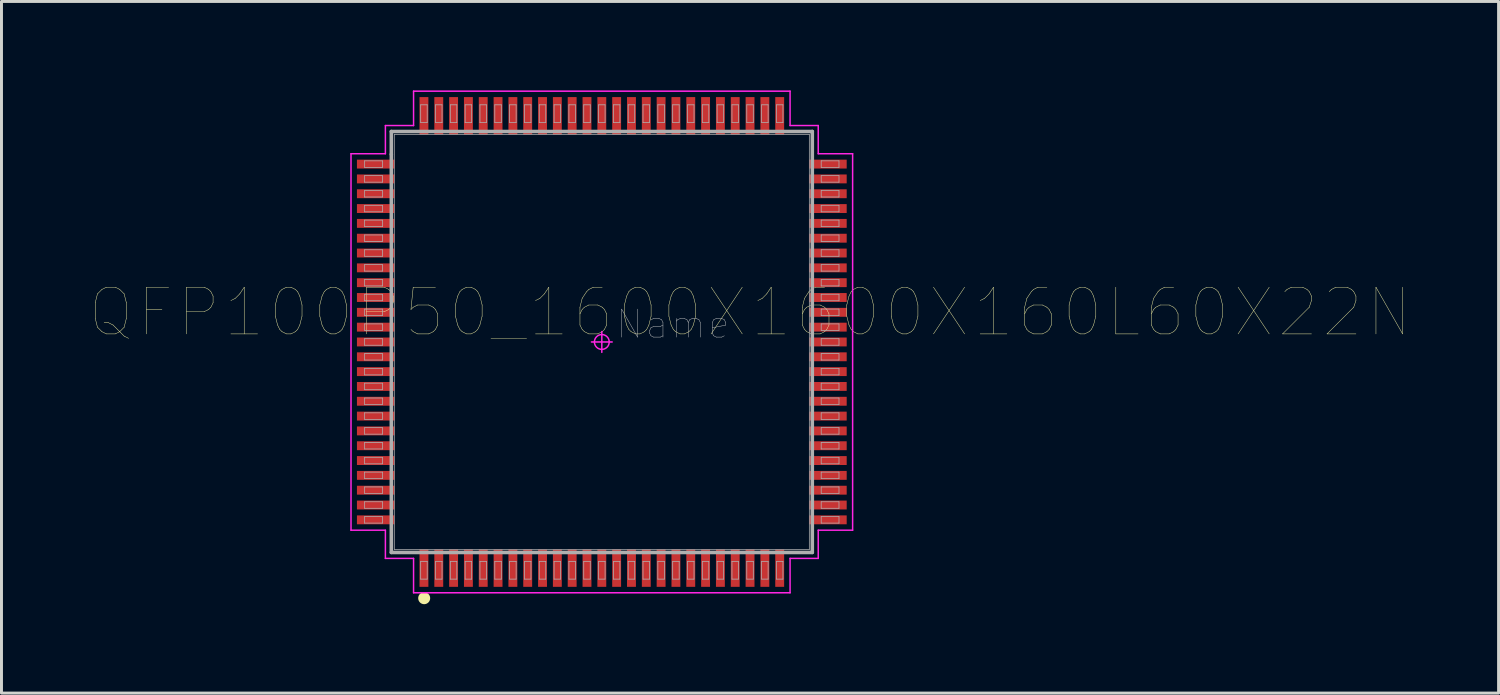
<source format=kicad_pcb>
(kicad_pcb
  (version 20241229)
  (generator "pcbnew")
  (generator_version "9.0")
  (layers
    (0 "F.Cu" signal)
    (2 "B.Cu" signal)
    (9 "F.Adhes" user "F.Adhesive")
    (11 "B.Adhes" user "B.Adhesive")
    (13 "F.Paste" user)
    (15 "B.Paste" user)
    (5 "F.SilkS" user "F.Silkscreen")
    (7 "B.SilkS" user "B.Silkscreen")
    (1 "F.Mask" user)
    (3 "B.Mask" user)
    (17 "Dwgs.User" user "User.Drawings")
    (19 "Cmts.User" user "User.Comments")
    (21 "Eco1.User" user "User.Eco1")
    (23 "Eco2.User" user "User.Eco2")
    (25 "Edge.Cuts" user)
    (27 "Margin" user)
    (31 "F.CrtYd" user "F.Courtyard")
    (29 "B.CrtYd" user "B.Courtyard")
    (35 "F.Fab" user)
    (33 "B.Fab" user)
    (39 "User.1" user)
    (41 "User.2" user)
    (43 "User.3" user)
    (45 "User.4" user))
  (footprint "QFP100P50_1600X1600X160L60X22N"
    (layer "F.Cu")
    (at 17.25 8.485)
    (property "Reference" "QFP100P50_1600X1600X160L60X22N" (at 5 -1 0) (layer "F.SilkS") (effects (font (size 1.575 1.575) (thickness 0.015))))
    (fp_circle (center -5.992 8.643) (end -5.79 8.643) (stroke (width 0) (type solid)) (fill yes) (layer "F.SilkS"))
    (fp_line (start -8.46 -6.35) (end -8.46 6.35) (stroke (width 0.05) (type solid)) (layer "F.CrtYd"))
    (fp_line (start -8.46 6.35) (end -7.3 6.35) (stroke (width 0.05) (type solid)) (layer "F.CrtYd"))
    (fp_line (start -7.3 -7.3) (end -7.3 -6.35) (stroke (width 0.05) (type solid)) (layer "F.CrtYd"))
    (fp_line (start -7.3 -6.35) (end -8.46 -6.35) (stroke (width 0.05) (type solid)) (layer "F.CrtYd"))
    (fp_line (start -7.3 6.35) (end -7.3 7.3) (stroke (width 0.05) (type solid)) (layer "F.CrtYd"))
    (fp_line (start -7.3 7.3) (end -6.35 7.3) (stroke (width 0.05) (type solid)) (layer "F.CrtYd"))
    (fp_line (start -6.35 -8.46) (end -6.35 -7.3) (stroke (width 0.05) (type solid)) (layer "F.CrtYd"))
    (fp_line (start -6.35 -7.3) (end -7.3 -7.3) (stroke (width 0.05) (type solid)) (layer "F.CrtYd"))
    (fp_line (start -6.35 7.3) (end -6.35 8.46) (stroke (width 0.05) (type solid)) (layer "F.CrtYd"))
    (fp_line (start -6.35 8.46) (end 6.35 8.46) (stroke (width 0.05) (type solid)) (layer "F.CrtYd"))
    (fp_line (start -0.35 0) (end 0.35 0) (stroke (width 0.05) (type solid)) (layer "F.CrtYd"))
    (fp_line (start 0 -0.35) (end 0 0.35) (stroke (width 0.05) (type solid)) (layer "F.CrtYd"))
    (fp_line (start 6.35 -8.46) (end -6.35 -8.46) (stroke (width 0.05) (type solid)) (layer "F.CrtYd"))
    (fp_line (start 6.35 -7.3) (end 6.35 -8.46) (stroke (width 0.05) (type solid)) (layer "F.CrtYd"))
    (fp_line (start 6.35 7.3) (end 7.3 7.3) (stroke (width 0.05) (type solid)) (layer "F.CrtYd"))
    (fp_line (start 6.35 8.46) (end 6.35 7.3) (stroke (width 0.05) (type solid)) (layer "F.CrtYd"))
    (fp_line (start 7.3 -7.3) (end 6.35 -7.3) (stroke (width 0.05) (type solid)) (layer "F.CrtYd"))
    (fp_line (start 7.3 -6.35) (end 7.3 -7.3) (stroke (width 0.05) (type solid)) (layer "F.CrtYd"))
    (fp_line (start 7.3 6.35) (end 8.46 6.35) (stroke (width 0.05) (type solid)) (layer "F.CrtYd"))
    (fp_line (start 7.3 7.3) (end 7.3 6.35) (stroke (width 0.05) (type solid)) (layer "F.CrtYd"))
    (fp_line (start 8.46 -6.35) (end 7.3 -6.35) (stroke (width 0.05) (type solid)) (layer "F.CrtYd"))
    (fp_line (start 8.46 6.35) (end 8.46 -6.35) (stroke (width 0.05) (type solid)) (layer "F.CrtYd"))
    (fp_circle (center 0 0) (end 0.25 0) (stroke (width 0.05) (type solid)) (fill no) (layer "F.CrtYd"))
    (fp_line (start -8 -6.11) (end -7.4 -6.11) (stroke (width 0.025) (type solid)) (layer "F.Fab"))
    (fp_line (start -8 -5.89) (end -8 -6.11) (stroke (width 0.025) (type solid)) (layer "F.Fab"))
    (fp_line (start -8 -5.61) (end -7.4 -5.61) (stroke (width 0.025) (type solid)) (layer "F.Fab"))
    (fp_line (start -8 -5.39) (end -8 -5.61) (stroke (width 0.025) (type solid)) (layer "F.Fab"))
    (fp_line (start -8 -5.11) (end -7.4 -5.11) (stroke (width 0.025) (type solid)) (layer "F.Fab"))
    (fp_line (start -8 -4.89) (end -8 -5.11) (stroke (width 0.025) (type solid)) (layer "F.Fab"))
    (fp_line (start -8 -4.61) (end -7.4 -4.61) (stroke (width 0.025) (type solid)) (layer "F.Fab"))
    (fp_line (start -8 -4.39) (end -8 -4.61) (stroke (width 0.025) (type solid)) (layer "F.Fab"))
    (fp_line (start -8 -4.11) (end -7.4 -4.11) (stroke (width 0.025) (type solid)) (layer "F.Fab"))
    (fp_line (start -8 -3.89) (end -8 -4.11) (stroke (width 0.025) (type solid)) (layer "F.Fab"))
    (fp_line (start -8 -3.61) (end -7.4 -3.61) (stroke (width 0.025) (type solid)) (layer "F.Fab"))
    (fp_line (start -8 -3.39) (end -8 -3.61) (stroke (width 0.025) (type solid)) (layer "F.Fab"))
    (fp_line (start -8 -3.11) (end -7.4 -3.11) (stroke (width 0.025) (type solid)) (layer "F.Fab"))
    (fp_line (start -8 -2.89) (end -8 -3.11) (stroke (width 0.025) (type solid)) (layer "F.Fab"))
    (fp_line (start -8 -2.61) (end -7.4 -2.61) (stroke (width 0.025) (type solid)) (layer "F.Fab"))
    (fp_line (start -8 -2.39) (end -8 -2.61) (stroke (width 0.025) (type solid)) (layer "F.Fab"))
    (fp_line (start -8 -2.11) (end -7.4 -2.11) (stroke (width 0.025) (type solid)) (layer "F.Fab"))
    (fp_line (start -8 -1.89) (end -8 -2.11) (stroke (width 0.025) (type solid)) (layer "F.Fab"))
    (fp_line (start -8 -1.61) (end -7.4 -1.61) (stroke (width 0.025) (type solid)) (layer "F.Fab"))
    (fp_line (start -8 -1.39) (end -8 -1.61) (stroke (width 0.025) (type solid)) (layer "F.Fab"))
    (fp_line (start -8 -1.11) (end -7.4 -1.11) (stroke (width 0.025) (type solid)) (layer "F.Fab"))
    (fp_line (start -8 -0.89) (end -8 -1.11) (stroke (width 0.025) (type solid)) (layer "F.Fab"))
    (fp_line (start -8 -0.61) (end -7.4 -0.61) (stroke (width 0.025) (type solid)) (layer "F.Fab"))
    (fp_line (start -8 -0.39) (end -8 -0.61) (stroke (width 0.025) (type solid)) (layer "F.Fab"))
    (fp_line (start -8 -0.11) (end -7.4 -0.11) (stroke (width 0.025) (type solid)) (layer "F.Fab"))
    (fp_line (start -8 0.11) (end -8 -0.11) (stroke (width 0.025) (type solid)) (layer "F.Fab"))
    (fp_line (start -8 0.39) (end -7.4 0.39) (stroke (width 0.025) (type solid)) (layer "F.Fab"))
    (fp_line (start -8 0.61) (end -8 0.39) (stroke (width 0.025) (type solid)) (layer "F.Fab"))
    (fp_line (start -8 0.89) (end -7.4 0.89) (stroke (width 0.025) (type solid)) (layer "F.Fab"))
    (fp_line (start -8 1.11) (end -8 0.89) (stroke (width 0.025) (type solid)) (layer "F.Fab"))
    (fp_line (start -8 1.39) (end -7.4 1.39) (stroke (width 0.025) (type solid)) (layer "F.Fab"))
    (fp_line (start -8 1.61) (end -8 1.39) (stroke (width 0.025) (type solid)) (layer "F.Fab"))
    (fp_line (start -8 1.89) (end -7.4 1.89) (stroke (width 0.025) (type solid)) (layer "F.Fab"))
    (fp_line (start -8 2.11) (end -8 1.89) (stroke (width 0.025) (type solid)) (layer "F.Fab"))
    (fp_line (start -8 2.39) (end -7.4 2.39) (stroke (width 0.025) (type solid)) (layer "F.Fab"))
    (fp_line (start -8 2.61) (end -8 2.39) (stroke (width 0.025) (type solid)) (layer "F.Fab"))
    (fp_line (start -8 2.89) (end -7.4 2.89) (stroke (width 0.025) (type solid)) (layer "F.Fab"))
    (fp_line (start -8 3.11) (end -8 2.89) (stroke (width 0.025) (type solid)) (layer "F.Fab"))
    (fp_line (start -8 3.39) (end -7.4 3.39) (stroke (width 0.025) (type solid)) (layer "F.Fab"))
    (fp_line (start -8 3.61) (end -8 3.39) (stroke (width 0.025) (type solid)) (layer "F.Fab"))
    (fp_line (start -8 3.89) (end -7.4 3.89) (stroke (width 0.025) (type solid)) (layer "F.Fab"))
    (fp_line (start -8 4.11) (end -8 3.89) (stroke (width 0.025) (type solid)) (layer "F.Fab"))
    (fp_line (start -8 4.39) (end -7.4 4.39) (stroke (width 0.025) (type solid)) (layer "F.Fab"))
    (fp_line (start -8 4.61) (end -8 4.39) (stroke (width 0.025) (type solid)) (layer "F.Fab"))
    (fp_line (start -8 4.89) (end -7.4 4.89) (stroke (width 0.025) (type solid)) (layer "F.Fab"))
    (fp_line (start -8 5.11) (end -8 4.89) (stroke (width 0.025) (type solid)) (layer "F.Fab"))
    (fp_line (start -8 5.39) (end -7.4 5.39) (stroke (width 0.025) (type solid)) (layer "F.Fab"))
    (fp_line (start -8 5.61) (end -8 5.39) (stroke (width 0.025) (type solid)) (layer "F.Fab"))
    (fp_line (start -8 5.89) (end -7.4 5.89) (stroke (width 0.025) (type solid)) (layer "F.Fab"))
    (fp_line (start -8 6.11) (end -8 5.89) (stroke (width 0.025) (type solid)) (layer "F.Fab"))
    (fp_line (start -7.4 -6.11) (end -7.4 -5.89) (stroke (width 0.025) (type solid)) (layer "F.Fab"))
    (fp_line (start -7.4 -5.89) (end -8 -5.89) (stroke (width 0.025) (type solid)) (layer "F.Fab"))
    (fp_line (start -7.4 -5.61) (end -7.4 -5.39) (stroke (width 0.025) (type solid)) (layer "F.Fab"))
    (fp_line (start -7.4 -5.39) (end -8 -5.39) (stroke (width 0.025) (type solid)) (layer "F.Fab"))
    (fp_line (start -7.4 -5.11) (end -7.4 -4.89) (stroke (width 0.025) (type solid)) (layer "F.Fab"))
    (fp_line (start -7.4 -4.89) (end -8 -4.89) (stroke (width 0.025) (type solid)) (layer "F.Fab"))
    (fp_line (start -7.4 -4.61) (end -7.4 -4.39) (stroke (width 0.025) (type solid)) (layer "F.Fab"))
    (fp_line (start -7.4 -4.39) (end -8 -4.39) (stroke (width 0.025) (type solid)) (layer "F.Fab"))
    (fp_line (start -7.4 -4.11) (end -7.4 -3.89) (stroke (width 0.025) (type solid)) (layer "F.Fab"))
    (fp_line (start -7.4 -3.89) (end -8 -3.89) (stroke (width 0.025) (type solid)) (layer "F.Fab"))
    (fp_line (start -7.4 -3.61) (end -7.4 -3.39) (stroke (width 0.025) (type solid)) (layer "F.Fab"))
    (fp_line (start -7.4 -3.39) (end -8 -3.39) (stroke (width 0.025) (type solid)) (layer "F.Fab"))
    (fp_line (start -7.4 -3.11) (end -7.4 -2.89) (stroke (width 0.025) (type solid)) (layer "F.Fab"))
    (fp_line (start -7.4 -2.89) (end -8 -2.89) (stroke (width 0.025) (type solid)) (layer "F.Fab"))
    (fp_line (start -7.4 -2.61) (end -7.4 -2.39) (stroke (width 0.025) (type solid)) (layer "F.Fab"))
    (fp_line (start -7.4 -2.39) (end -8 -2.39) (stroke (width 0.025) (type solid)) (layer "F.Fab"))
    (fp_line (start -7.4 -2.11) (end -7.4 -1.89) (stroke (width 0.025) (type solid)) (layer "F.Fab"))
    (fp_line (start -7.4 -1.89) (end -8 -1.89) (stroke (width 0.025) (type solid)) (layer "F.Fab"))
    (fp_line (start -7.4 -1.61) (end -7.4 -1.39) (stroke (width 0.025) (type solid)) (layer "F.Fab"))
    (fp_line (start -7.4 -1.39) (end -8 -1.39) (stroke (width 0.025) (type solid)) (layer "F.Fab"))
    (fp_line (start -7.4 -1.11) (end -7.4 -0.89) (stroke (width 0.025) (type solid)) (layer "F.Fab"))
    (fp_line (start -7.4 -0.89) (end -8 -0.89) (stroke (width 0.025) (type solid)) (layer "F.Fab"))
    (fp_line (start -7.4 -0.61) (end -7.4 -0.39) (stroke (width 0.025) (type solid)) (layer "F.Fab"))
    (fp_line (start -7.4 -0.39) (end -8 -0.39) (stroke (width 0.025) (type solid)) (layer "F.Fab"))
    (fp_line (start -7.4 -0.11) (end -7.4 0.11) (stroke (width 0.025) (type solid)) (layer "F.Fab"))
    (fp_line (start -7.4 0.11) (end -8 0.11) (stroke (width 0.025) (type solid)) (layer "F.Fab"))
    (fp_line (start -7.4 0.39) (end -7.4 0.61) (stroke (width 0.025) (type solid)) (layer "F.Fab"))
    (fp_line (start -7.4 0.61) (end -8 0.61) (stroke (width 0.025) (type solid)) (layer "F.Fab"))
    (fp_line (start -7.4 0.89) (end -7.4 1.11) (stroke (width 0.025) (type solid)) (layer "F.Fab"))
    (fp_line (start -7.4 1.11) (end -8 1.11) (stroke (width 0.025) (type solid)) (layer "F.Fab"))
    (fp_line (start -7.4 1.39) (end -7.4 1.61) (stroke (width 0.025) (type solid)) (layer "F.Fab"))
    (fp_line (start -7.4 1.61) (end -8 1.61) (stroke (width 0.025) (type solid)) (layer "F.Fab"))
    (fp_line (start -7.4 1.89) (end -7.4 2.11) (stroke (width 0.025) (type solid)) (layer "F.Fab"))
    (fp_line (start -7.4 2.11) (end -8 2.11) (stroke (width 0.025) (type solid)) (layer "F.Fab"))
    (fp_line (start -7.4 2.39) (end -7.4 2.61) (stroke (width 0.025) (type solid)) (layer "F.Fab"))
    (fp_line (start -7.4 2.61) (end -8 2.61) (stroke (width 0.025) (type solid)) (layer "F.Fab"))
    (fp_line (start -7.4 2.89) (end -7.4 3.11) (stroke (width 0.025) (type solid)) (layer "F.Fab"))
    (fp_line (start -7.4 3.11) (end -8 3.11) (stroke (width 0.025) (type solid)) (layer "F.Fab"))
    (fp_line (start -7.4 3.39) (end -7.4 3.61) (stroke (width 0.025) (type solid)) (layer "F.Fab"))
    (fp_line (start -7.4 3.61) (end -8 3.61) (stroke (width 0.025) (type solid)) (layer "F.Fab"))
    (fp_line (start -7.4 3.89) (end -7.4 4.11) (stroke (width 0.025) (type solid)) (layer "F.Fab"))
    (fp_line (start -7.4 4.11) (end -8 4.11) (stroke (width 0.025) (type solid)) (layer "F.Fab"))
    (fp_line (start -7.4 4.39) (end -7.4 4.61) (stroke (width 0.025) (type solid)) (layer "F.Fab"))
    (fp_line (start -7.4 4.61) (end -8 4.61) (stroke (width 0.025) (type solid)) (layer "F.Fab"))
    (fp_line (start -7.4 4.89) (end -7.4 5.11) (stroke (width 0.025) (type solid)) (layer "F.Fab"))
    (fp_line (start -7.4 5.11) (end -8 5.11) (stroke (width 0.025) (type solid)) (layer "F.Fab"))
    (fp_line (start -7.4 5.39) (end -7.4 5.61) (stroke (width 0.025) (type solid)) (layer "F.Fab"))
    (fp_line (start -7.4 5.61) (end -8 5.61) (stroke (width 0.025) (type solid)) (layer "F.Fab"))
    (fp_line (start -7.4 5.89) (end -7.4 6.11) (stroke (width 0.025) (type solid)) (layer "F.Fab"))
    (fp_line (start -7.4 6.11) (end -8 6.11) (stroke (width 0.025) (type solid)) (layer "F.Fab"))
    (fp_line (start -7.1 -7.1) (end -7.1 -6.33) (stroke (width 0.12) (type solid)) (layer "F.Fab"))
    (fp_line (start -7.1 -7.1) (end 7.1 -7.1) (stroke (width 0.12) (type solid)) (layer "F.Fab"))
    (fp_line (start -7.1 7.1) (end -7.1 -6.33) (stroke (width 0.12) (type solid)) (layer "F.Fab"))
    (fp_line (start -7 -7) (end 7 -7) (stroke (width 0.025) (type solid)) (layer "F.Fab"))
    (fp_line (start -7 7) (end -7 -7) (stroke (width 0.025) (type solid)) (layer "F.Fab"))
    (fp_line (start -6.11 -8) (end -5.89 -8) (stroke (width 0.025) (type solid)) (layer "F.Fab"))
    (fp_line (start -6.11 -7.4) (end -6.11 -8) (stroke (width 0.025) (type solid)) (layer "F.Fab"))
    (fp_line (start -6.11 7.4) (end -5.89 7.4) (stroke (width 0.025) (type solid)) (layer "F.Fab"))
    (fp_line (start -6.11 8) (end -6.11 7.4) (stroke (width 0.025) (type solid)) (layer "F.Fab"))
    (fp_line (start -5.89 -8) (end -5.89 -7.4) (stroke (width 0.025) (type solid)) (layer "F.Fab"))
    (fp_line (start -5.89 -7.4) (end -6.11 -7.4) (stroke (width 0.025) (type solid)) (layer "F.Fab"))
    (fp_line (start -5.89 7.4) (end -5.89 8) (stroke (width 0.025) (type solid)) (layer "F.Fab"))
    (fp_line (start -5.89 8) (end -6.11 8) (stroke (width 0.025) (type solid)) (layer "F.Fab"))
    (fp_line (start -5.61 -8) (end -5.39 -8) (stroke (width 0.025) (type solid)) (layer "F.Fab"))
    (fp_line (start -5.61 -7.4) (end -5.61 -8) (stroke (width 0.025) (type solid)) (layer "F.Fab"))
    (fp_line (start -5.61 7.4) (end -5.39 7.4) (stroke (width 0.025) (type solid)) (layer "F.Fab"))
    (fp_line (start -5.61 8) (end -5.61 7.4) (stroke (width 0.025) (type solid)) (layer "F.Fab"))
    (fp_line (start -5.39 -8) (end -5.39 -7.4) (stroke (width 0.025) (type solid)) (layer "F.Fab"))
    (fp_line (start -5.39 -7.4) (end -5.61 -7.4) (stroke (width 0.025) (type solid)) (layer "F.Fab"))
    (fp_line (start -5.39 7.4) (end -5.39 8) (stroke (width 0.025) (type solid)) (layer "F.Fab"))
    (fp_line (start -5.39 8) (end -5.61 8) (stroke (width 0.025) (type solid)) (layer "F.Fab"))
    (fp_line (start -5.11 -8) (end -4.89 -8) (stroke (width 0.025) (type solid)) (layer "F.Fab"))
    (fp_line (start -5.11 -7.4) (end -5.11 -8) (stroke (width 0.025) (type solid)) (layer "F.Fab"))
    (fp_line (start -5.11 7.4) (end -4.89 7.4) (stroke (width 0.025) (type solid)) (layer "F.Fab"))
    (fp_line (start -5.11 8) (end -5.11 7.4) (stroke (width 0.025) (type solid)) (layer "F.Fab"))
    (fp_line (start -4.89 -8) (end -4.89 -7.4) (stroke (width 0.025) (type solid)) (layer "F.Fab"))
    (fp_line (start -4.89 -7.4) (end -5.11 -7.4) (stroke (width 0.025) (type solid)) (layer "F.Fab"))
    (fp_line (start -4.89 7.4) (end -4.89 8) (stroke (width 0.025) (type solid)) (layer "F.Fab"))
    (fp_line (start -4.89 8) (end -5.11 8) (stroke (width 0.025) (type solid)) (layer "F.Fab"))
    (fp_line (start -4.61 -8) (end -4.39 -8) (stroke (width 0.025) (type solid)) (layer "F.Fab"))
    (fp_line (start -4.61 -7.4) (end -4.61 -8) (stroke (width 0.025) (type solid)) (layer "F.Fab"))
    (fp_line (start -4.61 7.4) (end -4.39 7.4) (stroke (width 0.025) (type solid)) (layer "F.Fab"))
    (fp_line (start -4.61 8) (end -4.61 7.4) (stroke (width 0.025) (type solid)) (layer "F.Fab"))
    (fp_line (start -4.39 -8) (end -4.39 -7.4) (stroke (width 0.025) (type solid)) (layer "F.Fab"))
    (fp_line (start -4.39 -7.4) (end -4.61 -7.4) (stroke (width 0.025) (type solid)) (layer "F.Fab"))
    (fp_line (start -4.39 7.4) (end -4.39 8) (stroke (width 0.025) (type solid)) (layer "F.Fab"))
    (fp_line (start -4.39 8) (end -4.61 8) (stroke (width 0.025) (type solid)) (layer "F.Fab"))
    (fp_line (start -4.11 -8) (end -3.89 -8) (stroke (width 0.025) (type solid)) (layer "F.Fab"))
    (fp_line (start -4.11 -7.4) (end -4.11 -8) (stroke (width 0.025) (type solid)) (layer "F.Fab"))
    (fp_line (start -4.11 7.4) (end -3.89 7.4) (stroke (width 0.025) (type solid)) (layer "F.Fab"))
    (fp_line (start -4.11 8) (end -4.11 7.4) (stroke (width 0.025) (type solid)) (layer "F.Fab"))
    (fp_line (start -3.89 -8) (end -3.89 -7.4) (stroke (width 0.025) (type solid)) (layer "F.Fab"))
    (fp_line (start -3.89 -7.4) (end -4.11 -7.4) (stroke (width 0.025) (type solid)) (layer "F.Fab"))
    (fp_line (start -3.89 7.4) (end -3.89 8) (stroke (width 0.025) (type solid)) (layer "F.Fab"))
    (fp_line (start -3.89 8) (end -4.11 8) (stroke (width 0.025) (type solid)) (layer "F.Fab"))
    (fp_line (start -3.61 -8) (end -3.39 -8) (stroke (width 0.025) (type solid)) (layer "F.Fab"))
    (fp_line (start -3.61 -7.4) (end -3.61 -8) (stroke (width 0.025) (type solid)) (layer "F.Fab"))
    (fp_line (start -3.61 7.4) (end -3.39 7.4) (stroke (width 0.025) (type solid)) (layer "F.Fab"))
    (fp_line (start -3.61 8) (end -3.61 7.4) (stroke (width 0.025) (type solid)) (layer "F.Fab"))
    (fp_line (start -3.39 -8) (end -3.39 -7.4) (stroke (width 0.025) (type solid)) (layer "F.Fab"))
    (fp_line (start -3.39 -7.4) (end -3.61 -7.4) (stroke (width 0.025) (type solid)) (layer "F.Fab"))
    (fp_line (start -3.39 7.4) (end -3.39 8) (stroke (width 0.025) (type solid)) (layer "F.Fab"))
    (fp_line (start -3.39 8) (end -3.61 8) (stroke (width 0.025) (type solid)) (layer "F.Fab"))
    (fp_line (start -3.11 -8) (end -2.89 -8) (stroke (width 0.025) (type solid)) (layer "F.Fab"))
    (fp_line (start -3.11 -7.4) (end -3.11 -8) (stroke (width 0.025) (type solid)) (layer "F.Fab"))
    (fp_line (start -3.11 7.4) (end -2.89 7.4) (stroke (width 0.025) (type solid)) (layer "F.Fab"))
    (fp_line (start -3.11 8) (end -3.11 7.4) (stroke (width 0.025) (type solid)) (layer "F.Fab"))
    (fp_line (start -2.89 -8) (end -2.89 -7.4) (stroke (width 0.025) (type solid)) (layer "F.Fab"))
    (fp_line (start -2.89 -7.4) (end -3.11 -7.4) (stroke (width 0.025) (type solid)) (layer "F.Fab"))
    (fp_line (start -2.89 7.4) (end -2.89 8) (stroke (width 0.025) (type solid)) (layer "F.Fab"))
    (fp_line (start -2.89 8) (end -3.11 8) (stroke (width 0.025) (type solid)) (layer "F.Fab"))
    (fp_line (start -2.61 -8) (end -2.39 -8) (stroke (width 0.025) (type solid)) (layer "F.Fab"))
    (fp_line (start -2.61 -7.4) (end -2.61 -8) (stroke (width 0.025) (type solid)) (layer "F.Fab"))
    (fp_line (start -2.61 7.4) (end -2.39 7.4) (stroke (width 0.025) (type solid)) (layer "F.Fab"))
    (fp_line (start -2.61 8) (end -2.61 7.4) (stroke (width 0.025) (type solid)) (layer "F.Fab"))
    (fp_line (start -2.39 -8) (end -2.39 -7.4) (stroke (width 0.025) (type solid)) (layer "F.Fab"))
    (fp_line (start -2.39 -7.4) (end -2.61 -7.4) (stroke (width 0.025) (type solid)) (layer "F.Fab"))
    (fp_line (start -2.39 7.4) (end -2.39 8) (stroke (width 0.025) (type solid)) (layer "F.Fab"))
    (fp_line (start -2.39 8) (end -2.61 8) (stroke (width 0.025) (type solid)) (layer "F.Fab"))
    (fp_line (start -2.11 -8) (end -1.89 -8) (stroke (width 0.025) (type solid)) (layer "F.Fab"))
    (fp_line (start -2.11 -7.4) (end -2.11 -8) (stroke (width 0.025) (type solid)) (layer "F.Fab"))
    (fp_line (start -2.11 7.4) (end -1.89 7.4) (stroke (width 0.025) (type solid)) (layer "F.Fab"))
    (fp_line (start -2.11 8) (end -2.11 7.4) (stroke (width 0.025) (type solid)) (layer "F.Fab"))
    (fp_line (start -1.89 -8) (end -1.89 -7.4) (stroke (width 0.025) (type solid)) (layer "F.Fab"))
    (fp_line (start -1.89 -7.4) (end -2.11 -7.4) (stroke (width 0.025) (type solid)) (layer "F.Fab"))
    (fp_line (start -1.89 7.4) (end -1.89 8) (stroke (width 0.025) (type solid)) (layer "F.Fab"))
    (fp_line (start -1.89 8) (end -2.11 8) (stroke (width 0.025) (type solid)) (layer "F.Fab"))
    (fp_line (start -1.61 -8) (end -1.39 -8) (stroke (width 0.025) (type solid)) (layer "F.Fab"))
    (fp_line (start -1.61 -7.4) (end -1.61 -8) (stroke (width 0.025) (type solid)) (layer "F.Fab"))
    (fp_line (start -1.61 7.4) (end -1.39 7.4) (stroke (width 0.025) (type solid)) (layer "F.Fab"))
    (fp_line (start -1.61 8) (end -1.61 7.4) (stroke (width 0.025) (type solid)) (layer "F.Fab"))
    (fp_line (start -1.39 -8) (end -1.39 -7.4) (stroke (width 0.025) (type solid)) (layer "F.Fab"))
    (fp_line (start -1.39 -7.4) (end -1.61 -7.4) (stroke (width 0.025) (type solid)) (layer "F.Fab"))
    (fp_line (start -1.39 7.4) (end -1.39 8) (stroke (width 0.025) (type solid)) (layer "F.Fab"))
    (fp_line (start -1.39 8) (end -1.61 8) (stroke (width 0.025) (type solid)) (layer "F.Fab"))
    (fp_line (start -1.11 -8) (end -0.89 -8) (stroke (width 0.025) (type solid)) (layer "F.Fab"))
    (fp_line (start -1.11 -7.4) (end -1.11 -8) (stroke (width 0.025) (type solid)) (layer "F.Fab"))
    (fp_line (start -1.11 7.4) (end -0.89 7.4) (stroke (width 0.025) (type solid)) (layer "F.Fab"))
    (fp_line (start -1.11 8) (end -1.11 7.4) (stroke (width 0.025) (type solid)) (layer "F.Fab"))
    (fp_line (start -0.89 -8) (end -0.89 -7.4) (stroke (width 0.025) (type solid)) (layer "F.Fab"))
    (fp_line (start -0.89 -7.4) (end -1.11 -7.4) (stroke (width 0.025) (type solid)) (layer "F.Fab"))
    (fp_line (start -0.89 7.4) (end -0.89 8) (stroke (width 0.025) (type solid)) (layer "F.Fab"))
    (fp_line (start -0.89 8) (end -1.11 8) (stroke (width 0.025) (type solid)) (layer "F.Fab"))
    (fp_line (start -0.61 -8) (end -0.39 -8) (stroke (width 0.025) (type solid)) (layer "F.Fab"))
    (fp_line (start -0.61 -7.4) (end -0.61 -8) (stroke (width 0.025) (type solid)) (layer "F.Fab"))
    (fp_line (start -0.61 7.4) (end -0.39 7.4) (stroke (width 0.025) (type solid)) (layer "F.Fab"))
    (fp_line (start -0.61 8) (end -0.61 7.4) (stroke (width 0.025) (type solid)) (layer "F.Fab"))
    (fp_line (start -0.39 -8) (end -0.39 -7.4) (stroke (width 0.025) (type solid)) (layer "F.Fab"))
    (fp_line (start -0.39 -7.4) (end -0.61 -7.4) (stroke (width 0.025) (type solid)) (layer "F.Fab"))
    (fp_line (start -0.39 7.4) (end -0.39 8) (stroke (width 0.025) (type solid)) (layer "F.Fab"))
    (fp_line (start -0.39 8) (end -0.61 8) (stroke (width 0.025) (type solid)) (layer "F.Fab"))
    (fp_line (start -0.11 -8) (end 0.11 -8) (stroke (width 0.025) (type solid)) (layer "F.Fab"))
    (fp_line (start -0.11 -7.4) (end -0.11 -8) (stroke (width 0.025) (type solid)) (layer "F.Fab"))
    (fp_line (start -0.11 7.4) (end 0.11 7.4) (stroke (width 0.025) (type solid)) (layer "F.Fab"))
    (fp_line (start -0.11 8) (end -0.11 7.4) (stroke (width 0.025) (type solid)) (layer "F.Fab"))
    (fp_line (start 0.11 -8) (end 0.11 -7.4) (stroke (width 0.025) (type solid)) (layer "F.Fab"))
    (fp_line (start 0.11 -7.4) (end -0.11 -7.4) (stroke (width 0.025) (type solid)) (layer "F.Fab"))
    (fp_line (start 0.11 7.4) (end 0.11 8) (stroke (width 0.025) (type solid)) (layer "F.Fab"))
    (fp_line (start 0.11 8) (end -0.11 8) (stroke (width 0.025) (type solid)) (layer "F.Fab"))
    (fp_line (start 0.39 -8) (end 0.61 -8) (stroke (width 0.025) (type solid)) (layer "F.Fab"))
    (fp_line (start 0.39 -7.4) (end 0.39 -8) (stroke (width 0.025) (type solid)) (layer "F.Fab"))
    (fp_line (start 0.39 7.4) (end 0.61 7.4) (stroke (width 0.025) (type solid)) (layer "F.Fab"))
    (fp_line (start 0.39 8) (end 0.39 7.4) (stroke (width 0.025) (type solid)) (layer "F.Fab"))
    (fp_line (start 0.61 -8) (end 0.61 -7.4) (stroke (width 0.025) (type solid)) (layer "F.Fab"))
    (fp_line (start 0.61 -7.4) (end 0.39 -7.4) (stroke (width 0.025) (type solid)) (layer "F.Fab"))
    (fp_line (start 0.61 7.4) (end 0.61 8) (stroke (width 0.025) (type solid)) (layer "F.Fab"))
    (fp_line (start 0.61 8) (end 0.39 8) (stroke (width 0.025) (type solid)) (layer "F.Fab"))
    (fp_line (start 0.89 -8) (end 1.11 -8) (stroke (width 0.025) (type solid)) (layer "F.Fab"))
    (fp_line (start 0.89 -7.4) (end 0.89 -8) (stroke (width 0.025) (type solid)) (layer "F.Fab"))
    (fp_line (start 0.89 7.4) (end 1.11 7.4) (stroke (width 0.025) (type solid)) (layer "F.Fab"))
    (fp_line (start 0.89 8) (end 0.89 7.4) (stroke (width 0.025) (type solid)) (layer "F.Fab"))
    (fp_line (start 1.11 -8) (end 1.11 -7.4) (stroke (width 0.025) (type solid)) (layer "F.Fab"))
    (fp_line (start 1.11 -7.4) (end 0.89 -7.4) (stroke (width 0.025) (type solid)) (layer "F.Fab"))
    (fp_line (start 1.11 7.4) (end 1.11 8) (stroke (width 0.025) (type solid)) (layer "F.Fab"))
    (fp_line (start 1.11 8) (end 0.89 8) (stroke (width 0.025) (type solid)) (layer "F.Fab"))
    (fp_line (start 1.39 -8) (end 1.61 -8) (stroke (width 0.025) (type solid)) (layer "F.Fab"))
    (fp_line (start 1.39 -7.4) (end 1.39 -8) (stroke (width 0.025) (type solid)) (layer "F.Fab"))
    (fp_line (start 1.39 7.4) (end 1.61 7.4) (stroke (width 0.025) (type solid)) (layer "F.Fab"))
    (fp_line (start 1.39 8) (end 1.39 7.4) (stroke (width 0.025) (type solid)) (layer "F.Fab"))
    (fp_line (start 1.61 -8) (end 1.61 -7.4) (stroke (width 0.025) (type solid)) (layer "F.Fab"))
    (fp_line (start 1.61 -7.4) (end 1.39 -7.4) (stroke (width 0.025) (type solid)) (layer "F.Fab"))
    (fp_line (start 1.61 7.4) (end 1.61 8) (stroke (width 0.025) (type solid)) (layer "F.Fab"))
    (fp_line (start 1.61 8) (end 1.39 8) (stroke (width 0.025) (type solid)) (layer "F.Fab"))
    (fp_line (start 1.89 -8) (end 2.11 -8) (stroke (width 0.025) (type solid)) (layer "F.Fab"))
    (fp_line (start 1.89 -7.4) (end 1.89 -8) (stroke (width 0.025) (type solid)) (layer "F.Fab"))
    (fp_line (start 1.89 7.4) (end 2.11 7.4) (stroke (width 0.025) (type solid)) (layer "F.Fab"))
    (fp_line (start 1.89 8) (end 1.89 7.4) (stroke (width 0.025) (type solid)) (layer "F.Fab"))
    (fp_line (start 2.11 -8) (end 2.11 -7.4) (stroke (width 0.025) (type solid)) (layer "F.Fab"))
    (fp_line (start 2.11 -7.4) (end 1.89 -7.4) (stroke (width 0.025) (type solid)) (layer "F.Fab"))
    (fp_line (start 2.11 7.4) (end 2.11 8) (stroke (width 0.025) (type solid)) (layer "F.Fab"))
    (fp_line (start 2.11 8) (end 1.89 8) (stroke (width 0.025) (type solid)) (layer "F.Fab"))
    (fp_line (start 2.39 -8) (end 2.61 -8) (stroke (width 0.025) (type solid)) (layer "F.Fab"))
    (fp_line (start 2.39 -7.4) (end 2.39 -8) (stroke (width 0.025) (type solid)) (layer "F.Fab"))
    (fp_line (start 2.39 7.4) (end 2.61 7.4) (stroke (width 0.025) (type solid)) (layer "F.Fab"))
    (fp_line (start 2.39 8) (end 2.39 7.4) (stroke (width 0.025) (type solid)) (layer "F.Fab"))
    (fp_line (start 2.61 -8) (end 2.61 -7.4) (stroke (width 0.025) (type solid)) (layer "F.Fab"))
    (fp_line (start 2.61 -7.4) (end 2.39 -7.4) (stroke (width 0.025) (type solid)) (layer "F.Fab"))
    (fp_line (start 2.61 7.4) (end 2.61 8) (stroke (width 0.025) (type solid)) (layer "F.Fab"))
    (fp_line (start 2.61 8) (end 2.39 8) (stroke (width 0.025) (type solid)) (layer "F.Fab"))
    (fp_line (start 2.89 -8) (end 3.11 -8) (stroke (width 0.025) (type solid)) (layer "F.Fab"))
    (fp_line (start 2.89 -7.4) (end 2.89 -8) (stroke (width 0.025) (type solid)) (layer "F.Fab"))
    (fp_line (start 2.89 7.4) (end 3.11 7.4) (stroke (width 0.025) (type solid)) (layer "F.Fab"))
    (fp_line (start 2.89 8) (end 2.89 7.4) (stroke (width 0.025) (type solid)) (layer "F.Fab"))
    (fp_line (start 3.11 -8) (end 3.11 -7.4) (stroke (width 0.025) (type solid)) (layer "F.Fab"))
    (fp_line (start 3.11 -7.4) (end 2.89 -7.4) (stroke (width 0.025) (type solid)) (layer "F.Fab"))
    (fp_line (start 3.11 7.4) (end 3.11 8) (stroke (width 0.025) (type solid)) (layer "F.Fab"))
    (fp_line (start 3.11 8) (end 2.89 8) (stroke (width 0.025) (type solid)) (layer "F.Fab"))
    (fp_line (start 3.39 -8) (end 3.61 -8) (stroke (width 0.025) (type solid)) (layer "F.Fab"))
    (fp_line (start 3.39 -7.4) (end 3.39 -8) (stroke (width 0.025) (type solid)) (layer "F.Fab"))
    (fp_line (start 3.39 7.4) (end 3.61 7.4) (stroke (width 0.025) (type solid)) (layer "F.Fab"))
    (fp_line (start 3.39 8) (end 3.39 7.4) (stroke (width 0.025) (type solid)) (layer "F.Fab"))
    (fp_line (start 3.61 -8) (end 3.61 -7.4) (stroke (width 0.025) (type solid)) (layer "F.Fab"))
    (fp_line (start 3.61 -7.4) (end 3.39 -7.4) (stroke (width 0.025) (type solid)) (layer "F.Fab"))
    (fp_line (start 3.61 7.4) (end 3.61 8) (stroke (width 0.025) (type solid)) (layer "F.Fab"))
    (fp_line (start 3.61 8) (end 3.39 8) (stroke (width 0.025) (type solid)) (layer "F.Fab"))
    (fp_line (start 3.89 -8) (end 4.11 -8) (stroke (width 0.025) (type solid)) (layer "F.Fab"))
    (fp_line (start 3.89 -7.4) (end 3.89 -8) (stroke (width 0.025) (type solid)) (layer "F.Fab"))
    (fp_line (start 3.89 7.4) (end 4.11 7.4) (stroke (width 0.025) (type solid)) (layer "F.Fab"))
    (fp_line (start 3.89 8) (end 3.89 7.4) (stroke (width 0.025) (type solid)) (layer "F.Fab"))
    (fp_line (start 4.11 -8) (end 4.11 -7.4) (stroke (width 0.025) (type solid)) (layer "F.Fab"))
    (fp_line (start 4.11 -7.4) (end 3.89 -7.4) (stroke (width 0.025) (type solid)) (layer "F.Fab"))
    (fp_line (start 4.11 7.4) (end 4.11 8) (stroke (width 0.025) (type solid)) (layer "F.Fab"))
    (fp_line (start 4.11 8) (end 3.89 8) (stroke (width 0.025) (type solid)) (layer "F.Fab"))
    (fp_line (start 4.39 -8) (end 4.61 -8) (stroke (width 0.025) (type solid)) (layer "F.Fab"))
    (fp_line (start 4.39 -7.4) (end 4.39 -8) (stroke (width 0.025) (type solid)) (layer "F.Fab"))
    (fp_line (start 4.39 7.4) (end 4.61 7.4) (stroke (width 0.025) (type solid)) (layer "F.Fab"))
    (fp_line (start 4.39 8) (end 4.39 7.4) (stroke (width 0.025) (type solid)) (layer "F.Fab"))
    (fp_line (start 4.61 -8) (end 4.61 -7.4) (stroke (width 0.025) (type solid)) (layer "F.Fab"))
    (fp_line (start 4.61 -7.4) (end 4.39 -7.4) (stroke (width 0.025) (type solid)) (layer "F.Fab"))
    (fp_line (start 4.61 7.4) (end 4.61 8) (stroke (width 0.025) (type solid)) (layer "F.Fab"))
    (fp_line (start 4.61 8) (end 4.39 8) (stroke (width 0.025) (type solid)) (layer "F.Fab"))
    (fp_line (start 4.89 -8) (end 5.11 -8) (stroke (width 0.025) (type solid)) (layer "F.Fab"))
    (fp_line (start 4.89 -7.4) (end 4.89 -8) (stroke (width 0.025) (type solid)) (layer "F.Fab"))
    (fp_line (start 4.89 7.4) (end 5.11 7.4) (stroke (width 0.025) (type solid)) (layer "F.Fab"))
    (fp_line (start 4.89 8) (end 4.89 7.4) (stroke (width 0.025) (type solid)) (layer "F.Fab"))
    (fp_line (start 5.11 -8) (end 5.11 -7.4) (stroke (width 0.025) (type solid)) (layer "F.Fab"))
    (fp_line (start 5.11 -7.4) (end 4.89 -7.4) (stroke (width 0.025) (type solid)) (layer "F.Fab"))
    (fp_line (start 5.11 7.4) (end 5.11 8) (stroke (width 0.025) (type solid)) (layer "F.Fab"))
    (fp_line (start 5.11 8) (end 4.89 8) (stroke (width 0.025) (type solid)) (layer "F.Fab"))
    (fp_line (start 5.39 -8) (end 5.61 -8) (stroke (width 0.025) (type solid)) (layer "F.Fab"))
    (fp_line (start 5.39 -7.4) (end 5.39 -8) (stroke (width 0.025) (type solid)) (layer "F.Fab"))
    (fp_line (start 5.39 7.4) (end 5.61 7.4) (stroke (width 0.025) (type solid)) (layer "F.Fab"))
    (fp_line (start 5.39 8) (end 5.39 7.4) (stroke (width 0.025) (type solid)) (layer "F.Fab"))
    (fp_line (start 5.61 -8) (end 5.61 -7.4) (stroke (width 0.025) (type solid)) (layer "F.Fab"))
    (fp_line (start 5.61 -7.4) (end 5.39 -7.4) (stroke (width 0.025) (type solid)) (layer "F.Fab"))
    (fp_line (start 5.61 7.4) (end 5.61 8) (stroke (width 0.025) (type solid)) (layer "F.Fab"))
    (fp_line (start 5.61 8) (end 5.39 8) (stroke (width 0.025) (type solid)) (layer "F.Fab"))
    (fp_line (start 5.89 -8) (end 6.11 -8) (stroke (width 0.025) (type solid)) (layer "F.Fab"))
    (fp_line (start 5.89 -7.4) (end 5.89 -8) (stroke (width 0.025) (type solid)) (layer "F.Fab"))
    (fp_line (start 5.89 7.4) (end 6.11 7.4) (stroke (width 0.025) (type solid)) (layer "F.Fab"))
    (fp_line (start 5.89 8) (end 5.89 7.4) (stroke (width 0.025) (type solid)) (layer "F.Fab"))
    (fp_line (start 6.11 -8) (end 6.11 -7.4) (stroke (width 0.025) (type solid)) (layer "F.Fab"))
    (fp_line (start 6.11 -7.4) (end 5.89 -7.4) (stroke (width 0.025) (type solid)) (layer "F.Fab"))
    (fp_line (start 6.11 7.4) (end 6.11 8) (stroke (width 0.025) (type solid)) (layer "F.Fab"))
    (fp_line (start 6.11 8) (end 5.89 8) (stroke (width 0.025) (type solid)) (layer "F.Fab"))
    (fp_line (start 7 -7) (end 7 7) (stroke (width 0.025) (type solid)) (layer "F.Fab"))
    (fp_line (start 7 7) (end -7 7) (stroke (width 0.025) (type solid)) (layer "F.Fab"))
    (fp_line (start 7.1 -7.1) (end 7.1 7.1) (stroke (width 0.12) (type solid)) (layer "F.Fab"))
    (fp_line (start 7.1 7.1) (end -7.1 7.1) (stroke (width 0.12) (type solid)) (layer "F.Fab"))
    (fp_line (start 7.4 -6.11) (end 8 -6.11) (stroke (width 0.025) (type solid)) (layer "F.Fab"))
    (fp_line (start 7.4 -5.89) (end 7.4 -6.11) (stroke (width 0.025) (type solid)) (layer "F.Fab"))
    (fp_line (start 7.4 -5.61) (end 8 -5.61) (stroke (width 0.025) (type solid)) (layer "F.Fab"))
    (fp_line (start 7.4 -5.39) (end 7.4 -5.61) (stroke (width 0.025) (type solid)) (layer "F.Fab"))
    (fp_line (start 7.4 -5.11) (end 8 -5.11) (stroke (width 0.025) (type solid)) (layer "F.Fab"))
    (fp_line (start 7.4 -4.89) (end 7.4 -5.11) (stroke (width 0.025) (type solid)) (layer "F.Fab"))
    (fp_line (start 7.4 -4.61) (end 8 -4.61) (stroke (width 0.025) (type solid)) (layer "F.Fab"))
    (fp_line (start 7.4 -4.39) (end 7.4 -4.61) (stroke (width 0.025) (type solid)) (layer "F.Fab"))
    (fp_line (start 7.4 -4.11) (end 8 -4.11) (stroke (width 0.025) (type solid)) (layer "F.Fab"))
    (fp_line (start 7.4 -3.89) (end 7.4 -4.11) (stroke (width 0.025) (type solid)) (layer "F.Fab"))
    (fp_line (start 7.4 -3.61) (end 8 -3.61) (stroke (width 0.025) (type solid)) (layer "F.Fab"))
    (fp_line (start 7.4 -3.39) (end 7.4 -3.61) (stroke (width 0.025) (type solid)) (layer "F.Fab"))
    (fp_line (start 7.4 -3.11) (end 8 -3.11) (stroke (width 0.025) (type solid)) (layer "F.Fab"))
    (fp_line (start 7.4 -2.89) (end 7.4 -3.11) (stroke (width 0.025) (type solid)) (layer "F.Fab"))
    (fp_line (start 7.4 -2.61) (end 8 -2.61) (stroke (width 0.025) (type solid)) (layer "F.Fab"))
    (fp_line (start 7.4 -2.39) (end 7.4 -2.61) (stroke (width 0.025) (type solid)) (layer "F.Fab"))
    (fp_line (start 7.4 -2.11) (end 8 -2.11) (stroke (width 0.025) (type solid)) (layer "F.Fab"))
    (fp_line (start 7.4 -1.89) (end 7.4 -2.11) (stroke (width 0.025) (type solid)) (layer "F.Fab"))
    (fp_line (start 7.4 -1.61) (end 8 -1.61) (stroke (width 0.025) (type solid)) (layer "F.Fab"))
    (fp_line (start 7.4 -1.39) (end 7.4 -1.61) (stroke (width 0.025) (type solid)) (layer "F.Fab"))
    (fp_line (start 7.4 -1.11) (end 8 -1.11) (stroke (width 0.025) (type solid)) (layer "F.Fab"))
    (fp_line (start 7.4 -0.89) (end 7.4 -1.11) (stroke (width 0.025) (type solid)) (layer "F.Fab"))
    (fp_line (start 7.4 -0.61) (end 8 -0.61) (stroke (width 0.025) (type solid)) (layer "F.Fab"))
    (fp_line (start 7.4 -0.39) (end 7.4 -0.61) (stroke (width 0.025) (type solid)) (layer "F.Fab"))
    (fp_line (start 7.4 -0.11) (end 8 -0.11) (stroke (width 0.025) (type solid)) (layer "F.Fab"))
    (fp_line (start 7.4 0.11) (end 7.4 -0.11) (stroke (width 0.025) (type solid)) (layer "F.Fab"))
    (fp_line (start 7.4 0.39) (end 8 0.39) (stroke (width 0.025) (type solid)) (layer "F.Fab"))
    (fp_line (start 7.4 0.61) (end 7.4 0.39) (stroke (width 0.025) (type solid)) (layer "F.Fab"))
    (fp_line (start 7.4 0.89) (end 8 0.89) (stroke (width 0.025) (type solid)) (layer "F.Fab"))
    (fp_line (start 7.4 1.11) (end 7.4 0.89) (stroke (width 0.025) (type solid)) (layer "F.Fab"))
    (fp_line (start 7.4 1.39) (end 8 1.39) (stroke (width 0.025) (type solid)) (layer "F.Fab"))
    (fp_line (start 7.4 1.61) (end 7.4 1.39) (stroke (width 0.025) (type solid)) (layer "F.Fab"))
    (fp_line (start 7.4 1.89) (end 8 1.89) (stroke (width 0.025) (type solid)) (layer "F.Fab"))
    (fp_line (start 7.4 2.11) (end 7.4 1.89) (stroke (width 0.025) (type solid)) (layer "F.Fab"))
    (fp_line (start 7.4 2.39) (end 8 2.39) (stroke (width 0.025) (type solid)) (layer "F.Fab"))
    (fp_line (start 7.4 2.61) (end 7.4 2.39) (stroke (width 0.025) (type solid)) (layer "F.Fab"))
    (fp_line (start 7.4 2.89) (end 8 2.89) (stroke (width 0.025) (type solid)) (layer "F.Fab"))
    (fp_line (start 7.4 3.11) (end 7.4 2.89) (stroke (width 0.025) (type solid)) (layer "F.Fab"))
    (fp_line (start 7.4 3.39) (end 8 3.39) (stroke (width 0.025) (type solid)) (layer "F.Fab"))
    (fp_line (start 7.4 3.61) (end 7.4 3.39) (stroke (width 0.025) (type solid)) (layer "F.Fab"))
    (fp_line (start 7.4 3.89) (end 8 3.89) (stroke (width 0.025) (type solid)) (layer "F.Fab"))
    (fp_line (start 7.4 4.11) (end 7.4 3.89) (stroke (width 0.025) (type solid)) (layer "F.Fab"))
    (fp_line (start 7.4 4.39) (end 8 4.39) (stroke (width 0.025) (type solid)) (layer "F.Fab"))
    (fp_line (start 7.4 4.61) (end 7.4 4.39) (stroke (width 0.025) (type solid)) (layer "F.Fab"))
    (fp_line (start 7.4 4.89) (end 8 4.89) (stroke (width 0.025) (type solid)) (layer "F.Fab"))
    (fp_line (start 7.4 5.11) (end 7.4 4.89) (stroke (width 0.025) (type solid)) (layer "F.Fab"))
    (fp_line (start 7.4 5.39) (end 8 5.39) (stroke (width 0.025) (type solid)) (layer "F.Fab"))
    (fp_line (start 7.4 5.61) (end 7.4 5.39) (stroke (width 0.025) (type solid)) (layer "F.Fab"))
    (fp_line (start 7.4 5.89) (end 8 5.89) (stroke (width 0.025) (type solid)) (layer "F.Fab"))
    (fp_line (start 7.4 6.11) (end 7.4 5.89) (stroke (width 0.025) (type solid)) (layer "F.Fab"))
    (fp_line (start 8 -6.11) (end 8 -5.89) (stroke (width 0.025) (type solid)) (layer "F.Fab"))
    (fp_line (start 8 -5.89) (end 7.4 -5.89) (stroke (width 0.025) (type solid)) (layer "F.Fab"))
    (fp_line (start 8 -5.61) (end 8 -5.39) (stroke (width 0.025) (type solid)) (layer "F.Fab"))
    (fp_line (start 8 -5.39) (end 7.4 -5.39) (stroke (width 0.025) (type solid)) (layer "F.Fab"))
    (fp_line (start 8 -5.11) (end 8 -4.89) (stroke (width 0.025) (type solid)) (layer "F.Fab"))
    (fp_line (start 8 -4.89) (end 7.4 -4.89) (stroke (width 0.025) (type solid)) (layer "F.Fab"))
    (fp_line (start 8 -4.61) (end 8 -4.39) (stroke (width 0.025) (type solid)) (layer "F.Fab"))
    (fp_line (start 8 -4.39) (end 7.4 -4.39) (stroke (width 0.025) (type solid)) (layer "F.Fab"))
    (fp_line (start 8 -4.11) (end 8 -3.89) (stroke (width 0.025) (type solid)) (layer "F.Fab"))
    (fp_line (start 8 -3.89) (end 7.4 -3.89) (stroke (width 0.025) (type solid)) (layer "F.Fab"))
    (fp_line (start 8 -3.61) (end 8 -3.39) (stroke (width 0.025) (type solid)) (layer "F.Fab"))
    (fp_line (start 8 -3.39) (end 7.4 -3.39) (stroke (width 0.025) (type solid)) (layer "F.Fab"))
    (fp_line (start 8 -3.11) (end 8 -2.89) (stroke (width 0.025) (type solid)) (layer "F.Fab"))
    (fp_line (start 8 -2.89) (end 7.4 -2.89) (stroke (width 0.025) (type solid)) (layer "F.Fab"))
    (fp_line (start 8 -2.61) (end 8 -2.39) (stroke (width 0.025) (type solid)) (layer "F.Fab"))
    (fp_line (start 8 -2.39) (end 7.4 -2.39) (stroke (width 0.025) (type solid)) (layer "F.Fab"))
    (fp_line (start 8 -2.11) (end 8 -1.89) (stroke (width 0.025) (type solid)) (layer "F.Fab"))
    (fp_line (start 8 -1.89) (end 7.4 -1.89) (stroke (width 0.025) (type solid)) (layer "F.Fab"))
    (fp_line (start 8 -1.61) (end 8 -1.39) (stroke (width 0.025) (type solid)) (layer "F.Fab"))
    (fp_line (start 8 -1.39) (end 7.4 -1.39) (stroke (width 0.025) (type solid)) (layer "F.Fab"))
    (fp_line (start 8 -1.11) (end 8 -0.89) (stroke (width 0.025) (type solid)) (layer "F.Fab"))
    (fp_line (start 8 -0.89) (end 7.4 -0.89) (stroke (width 0.025) (type solid)) (layer "F.Fab"))
    (fp_line (start 8 -0.61) (end 8 -0.39) (stroke (width 0.025) (type solid)) (layer "F.Fab"))
    (fp_line (start 8 -0.39) (end 7.4 -0.39) (stroke (width 0.025) (type solid)) (layer "F.Fab"))
    (fp_line (start 8 -0.11) (end 8 0.11) (stroke (width 0.025) (type solid)) (layer "F.Fab"))
    (fp_line (start 8 0.11) (end 7.4 0.11) (stroke (width 0.025) (type solid)) (layer "F.Fab"))
    (fp_line (start 8 0.39) (end 8 0.61) (stroke (width 0.025) (type solid)) (layer "F.Fab"))
    (fp_line (start 8 0.61) (end 7.4 0.61) (stroke (width 0.025) (type solid)) (layer "F.Fab"))
    (fp_line (start 8 0.89) (end 8 1.11) (stroke (width 0.025) (type solid)) (layer "F.Fab"))
    (fp_line (start 8 1.11) (end 7.4 1.11) (stroke (width 0.025) (type solid)) (layer "F.Fab"))
    (fp_line (start 8 1.39) (end 8 1.61) (stroke (width 0.025) (type solid)) (layer "F.Fab"))
    (fp_line (start 8 1.61) (end 7.4 1.61) (stroke (width 0.025) (type solid)) (layer "F.Fab"))
    (fp_line (start 8 1.89) (end 8 2.11) (stroke (width 0.025) (type solid)) (layer "F.Fab"))
    (fp_line (start 8 2.11) (end 7.4 2.11) (stroke (width 0.025) (type solid)) (layer "F.Fab"))
    (fp_line (start 8 2.39) (end 8 2.61) (stroke (width 0.025) (type solid)) (layer "F.Fab"))
    (fp_line (start 8 2.61) (end 7.4 2.61) (stroke (width 0.025) (type solid)) (layer "F.Fab"))
    (fp_line (start 8 2.89) (end 8 3.11) (stroke (width 0.025) (type solid)) (layer "F.Fab"))
    (fp_line (start 8 3.11) (end 7.4 3.11) (stroke (width 0.025) (type solid)) (layer "F.Fab"))
    (fp_line (start 8 3.39) (end 8 3.61) (stroke (width 0.025) (type solid)) (layer "F.Fab"))
    (fp_line (start 8 3.61) (end 7.4 3.61) (stroke (width 0.025) (type solid)) (layer "F.Fab"))
    (fp_line (start 8 3.89) (end 8 4.11) (stroke (width 0.025) (type solid)) (layer "F.Fab"))
    (fp_line (start 8 4.11) (end 7.4 4.11) (stroke (width 0.025) (type solid)) (layer "F.Fab"))
    (fp_line (start 8 4.39) (end 8 4.61) (stroke (width 0.025) (type solid)) (layer "F.Fab"))
    (fp_line (start 8 4.61) (end 7.4 4.61) (stroke (width 0.025) (type solid)) (layer "F.Fab"))
    (fp_line (start 8 4.89) (end 8 5.11) (stroke (width 0.025) (type solid)) (layer "F.Fab"))
    (fp_line (start 8 5.11) (end 7.4 5.11) (stroke (width 0.025) (type solid)) (layer "F.Fab"))
    (fp_line (start 8 5.39) (end 8 5.61) (stroke (width 0.025) (type solid)) (layer "F.Fab"))
    (fp_line (start 8 5.61) (end 7.4 5.61) (stroke (width 0.025) (type solid)) (layer "F.Fab"))
    (fp_line (start 8 5.89) (end 8 6.11) (stroke (width 0.025) (type solid)) (layer "F.Fab"))
    (fp_line (start 8 6.11) (end 7.4 6.11) (stroke (width 0.025) (type solid)) (layer "F.Fab"))
    (fp_text user "Name" (at 2.4 -0.6 0) (layer "Dwgs.User") (effects (font (size 0.945 0.945) (thickness 0.015))))
    (pad "1" smd rect (at -6 7.63) (size 0.3 1.26) (layers "F.Cu" "F.Mask" "F.Paste"))
    (pad "2" smd rect (at -5.5 7.63) (size 0.3 1.26) (layers "F.Cu" "F.Mask" "F.Paste"))
    (pad "3" smd rect (at -5 7.63) (size 0.3 1.26) (layers "F.Cu" "F.Mask" "F.Paste"))
    (pad "4" smd rect (at -4.5 7.63) (size 0.3 1.26) (layers "F.Cu" "F.Mask" "F.Paste"))
    (pad "5" smd rect (at -4 7.63) (size 0.3 1.26) (layers "F.Cu" "F.Mask" "F.Paste"))
    (pad "6" smd rect (at -3.5 7.63) (size 0.3 1.26) (layers "F.Cu" "F.Mask" "F.Paste"))
    (pad "7" smd rect (at -3 7.63) (size 0.3 1.26) (layers "F.Cu" "F.Mask" "F.Paste"))
    (pad "8" smd rect (at -2.5 7.63) (size 0.3 1.26) (layers "F.Cu" "F.Mask" "F.Paste"))
    (pad "9" smd rect (at -2 7.63) (size 0.3 1.26) (layers "F.Cu" "F.Mask" "F.Paste"))
    (pad "10" smd rect (at -1.5 7.63) (size 0.3 1.26) (layers "F.Cu" "F.Mask" "F.Paste"))
    (pad "11" smd rect (at -1 7.63) (size 0.3 1.26) (layers "F.Cu" "F.Mask" "F.Paste"))
    (pad "12" smd rect (at -0.5 7.63) (size 0.3 1.26) (layers "F.Cu" "F.Mask" "F.Paste"))
    (pad "13" smd rect (at 0 7.63) (size 0.3 1.26) (layers "F.Cu" "F.Mask" "F.Paste"))
    (pad "14" smd rect (at 0.5 7.63) (size 0.3 1.26) (layers "F.Cu" "F.Mask" "F.Paste"))
    (pad "15" smd rect (at 1 7.63) (size 0.3 1.26) (layers "F.Cu" "F.Mask" "F.Paste"))
    (pad "16" smd rect (at 1.5 7.63) (size 0.3 1.26) (layers "F.Cu" "F.Mask" "F.Paste"))
    (pad "17" smd rect (at 2 7.63) (size 0.3 1.26) (layers "F.Cu" "F.Mask" "F.Paste"))
    (pad "18" smd rect (at 2.5 7.63) (size 0.3 1.26) (layers "F.Cu" "F.Mask" "F.Paste"))
    (pad "19" smd rect (at 3 7.63) (size 0.3 1.26) (layers "F.Cu" "F.Mask" "F.Paste"))
    (pad "20" smd rect (at 3.5 7.63) (size 0.3 1.26) (layers "F.Cu" "F.Mask" "F.Paste"))
    (pad "21" smd rect (at 4 7.63) (size 0.3 1.26) (layers "F.Cu" "F.Mask" "F.Paste"))
    (pad "22" smd rect (at 4.5 7.63) (size 0.3 1.26) (layers "F.Cu" "F.Mask" "F.Paste"))
    (pad "23" smd rect (at 5 7.63) (size 0.3 1.26) (layers "F.Cu" "F.Mask" "F.Paste"))
    (pad "24" smd rect (at 5.5 7.63) (size 0.3 1.26) (layers "F.Cu" "F.Mask" "F.Paste"))
    (pad "25" smd rect (at 6 7.63) (size 0.3 1.26) (layers "F.Cu" "F.Mask" "F.Paste"))
    (pad "26" smd rect (at 7.63 6) (size 1.26 0.3) (layers "F.Cu" "F.Mask" "F.Paste"))
    (pad "27" smd rect (at 7.63 5.5) (size 1.26 0.3) (layers "F.Cu" "F.Mask" "F.Paste"))
    (pad "28" smd rect (at 7.63 5) (size 1.26 0.3) (layers "F.Cu" "F.Mask" "F.Paste"))
    (pad "29" smd rect (at 7.63 4.5) (size 1.26 0.3) (layers "F.Cu" "F.Mask" "F.Paste"))
    (pad "30" smd rect (at 7.63 4) (size 1.26 0.3) (layers "F.Cu" "F.Mask" "F.Paste"))
    (pad "31" smd rect (at 7.63 3.5) (size 1.26 0.3) (layers "F.Cu" "F.Mask" "F.Paste"))
    (pad "32" smd rect (at 7.63 3) (size 1.26 0.3) (layers "F.Cu" "F.Mask" "F.Paste"))
    (pad "33" smd rect (at 7.63 2.5) (size 1.26 0.3) (layers "F.Cu" "F.Mask" "F.Paste"))
    (pad "34" smd rect (at 7.63 2) (size 1.26 0.3) (layers "F.Cu" "F.Mask" "F.Paste"))
    (pad "35" smd rect (at 7.63 1.5) (size 1.26 0.3) (layers "F.Cu" "F.Mask" "F.Paste"))
    (pad "36" smd rect (at 7.63 1) (size 1.26 0.3) (layers "F.Cu" "F.Mask" "F.Paste"))
    (pad "37" smd rect (at 7.63 0.5) (size 1.26 0.3) (layers "F.Cu" "F.Mask" "F.Paste"))
    (pad "38" smd rect (at 7.63 0) (size 1.26 0.3) (layers "F.Cu" "F.Mask" "F.Paste"))
    (pad "39" smd rect (at 7.63 -0.5) (size 1.26 0.3) (layers "F.Cu" "F.Mask" "F.Paste"))
    (pad "40" smd rect (at 7.63 -1) (size 1.26 0.3) (layers "F.Cu" "F.Mask" "F.Paste"))
    (pad "41" smd rect (at 7.63 -1.5) (size 1.26 0.3) (layers "F.Cu" "F.Mask" "F.Paste"))
    (pad "42" smd rect (at 7.63 -2) (size 1.26 0.3) (layers "F.Cu" "F.Mask" "F.Paste"))
    (pad "43" smd rect (at 7.63 -2.5) (size 1.26 0.3) (layers "F.Cu" "F.Mask" "F.Paste"))
    (pad "44" smd rect (at 7.63 -3) (size 1.26 0.3) (layers "F.Cu" "F.Mask" "F.Paste"))
    (pad "45" smd rect (at 7.63 -3.5) (size 1.26 0.3) (layers "F.Cu" "F.Mask" "F.Paste"))
    (pad "46" smd rect (at 7.63 -4) (size 1.26 0.3) (layers "F.Cu" "F.Mask" "F.Paste"))
    (pad "47" smd rect (at 7.63 -4.5) (size 1.26 0.3) (layers "F.Cu" "F.Mask" "F.Paste"))
    (pad "48" smd rect (at 7.63 -5) (size 1.26 0.3) (layers "F.Cu" "F.Mask" "F.Paste"))
    (pad "49" smd rect (at 7.63 -5.5) (size 1.26 0.3) (layers "F.Cu" "F.Mask" "F.Paste"))
    (pad "50" smd rect (at 7.63 -6) (size 1.26 0.3) (layers "F.Cu" "F.Mask" "F.Paste"))
    (pad "51" smd rect (at 6 -7.63) (size 0.3 1.26) (layers "F.Cu" "F.Mask" "F.Paste"))
    (pad "52" smd rect (at 5.5 -7.63) (size 0.3 1.26) (layers "F.Cu" "F.Mask" "F.Paste"))
    (pad "53" smd rect (at 5 -7.63) (size 0.3 1.26) (layers "F.Cu" "F.Mask" "F.Paste"))
    (pad "54" smd rect (at 4.5 -7.63) (size 0.3 1.26) (layers "F.Cu" "F.Mask" "F.Paste"))
    (pad "55" smd rect (at 4 -7.63) (size 0.3 1.26) (layers "F.Cu" "F.Mask" "F.Paste"))
    (pad "56" smd rect (at 3.5 -7.63) (size 0.3 1.26) (layers "F.Cu" "F.Mask" "F.Paste"))
    (pad "57" smd rect (at 3 -7.63) (size 0.3 1.26) (layers "F.Cu" "F.Mask" "F.Paste"))
    (pad "58" smd rect (at 2.5 -7.63) (size 0.3 1.26) (layers "F.Cu" "F.Mask" "F.Paste"))
    (pad "59" smd rect (at 2 -7.63) (size 0.3 1.26) (layers "F.Cu" "F.Mask" "F.Paste"))
    (pad "60" smd rect (at 1.5 -7.63) (size 0.3 1.26) (layers "F.Cu" "F.Mask" "F.Paste"))
    (pad "61" smd rect (at 1 -7.63) (size 0.3 1.26) (layers "F.Cu" "F.Mask" "F.Paste"))
    (pad "62" smd rect (at 0.5 -7.63) (size 0.3 1.26) (layers "F.Cu" "F.Mask" "F.Paste"))
    (pad "63" smd rect (at 0 -7.63) (size 0.3 1.26) (layers "F.Cu" "F.Mask" "F.Paste"))
    (pad "64" smd rect (at -0.5 -7.63) (size 0.3 1.26) (layers "F.Cu" "F.Mask" "F.Paste"))
    (pad "65" smd rect (at -1 -7.63) (size 0.3 1.26) (layers "F.Cu" "F.Mask" "F.Paste"))
    (pad "66" smd rect (at -1.5 -7.63) (size 0.3 1.26) (layers "F.Cu" "F.Mask" "F.Paste"))
    (pad "67" smd rect (at -2 -7.63) (size 0.3 1.26) (layers "F.Cu" "F.Mask" "F.Paste"))
    (pad "68" smd rect (at -2.5 -7.63) (size 0.3 1.26) (layers "F.Cu" "F.Mask" "F.Paste"))
    (pad "69" smd rect (at -3 -7.63) (size 0.3 1.26) (layers "F.Cu" "F.Mask" "F.Paste"))
    (pad "70" smd rect (at -3.5 -7.63) (size 0.3 1.26) (layers "F.Cu" "F.Mask" "F.Paste"))
    (pad "71" smd rect (at -4 -7.63) (size 0.3 1.26) (layers "F.Cu" "F.Mask" "F.Paste"))
    (pad "72" smd rect (at -4.5 -7.63) (size 0.3 1.26) (layers "F.Cu" "F.Mask" "F.Paste"))
    (pad "73" smd rect (at -5 -7.63) (size 0.3 1.26) (layers "F.Cu" "F.Mask" "F.Paste"))
    (pad "74" smd rect (at -5.5 -7.63) (size 0.3 1.26) (layers "F.Cu" "F.Mask" "F.Paste"))
    (pad "75" smd rect (at -6 -7.63) (size 0.3 1.26) (layers "F.Cu" "F.Mask" "F.Paste"))
    (pad "76" smd rect (at -7.63 -6) (size 1.26 0.3) (layers "F.Cu" "F.Mask" "F.Paste"))
    (pad "77" smd rect (at -7.63 -5.5) (size 1.26 0.3) (layers "F.Cu" "F.Mask" "F.Paste"))
    (pad "78" smd rect (at -7.63 -5) (size 1.26 0.3) (layers "F.Cu" "F.Mask" "F.Paste"))
    (pad "79" smd rect (at -7.63 -4.5) (size 1.26 0.3) (layers "F.Cu" "F.Mask" "F.Paste"))
    (pad "80" smd rect (at -7.63 -4) (size 1.26 0.3) (layers "F.Cu" "F.Mask" "F.Paste"))
    (pad "81" smd rect (at -7.63 -3.5) (size 1.26 0.3) (layers "F.Cu" "F.Mask" "F.Paste"))
    (pad "82" smd rect (at -7.63 -3) (size 1.26 0.3) (layers "F.Cu" "F.Mask" "F.Paste"))
    (pad "83" smd rect (at -7.63 -2.5) (size 1.26 0.3) (layers "F.Cu" "F.Mask" "F.Paste"))
    (pad "84" smd rect (at -7.63 -2) (size 1.26 0.3) (layers "F.Cu" "F.Mask" "F.Paste"))
    (pad "85" smd rect (at -7.63 -1.5) (size 1.26 0.3) (layers "F.Cu" "F.Mask" "F.Paste"))
    (pad "86" smd rect (at -7.63 -1) (size 1.26 0.3) (layers "F.Cu" "F.Mask" "F.Paste"))
    (pad "87" smd rect (at -7.63 -0.5) (size 1.26 0.3) (layers "F.Cu" "F.Mask" "F.Paste"))
    (pad "88" smd rect (at -7.63 0) (size 1.26 0.3) (layers "F.Cu" "F.Mask" "F.Paste"))
    (pad "89" smd rect (at -7.63 0.5) (size 1.26 0.3) (layers "F.Cu" "F.Mask" "F.Paste"))
    (pad "90" smd rect (at -7.63 1) (size 1.26 0.3) (layers "F.Cu" "F.Mask" "F.Paste"))
    (pad "91" smd rect (at -7.63 1.5) (size 1.26 0.3) (layers "F.Cu" "F.Mask" "F.Paste"))
    (pad "92" smd rect (at -7.63 2) (size 1.26 0.3) (layers "F.Cu" "F.Mask" "F.Paste"))
    (pad "93" smd rect (at -7.63 2.5) (size 1.26 0.3) (layers "F.Cu" "F.Mask" "F.Paste"))
    (pad "94" smd rect (at -7.63 3) (size 1.26 0.3) (layers "F.Cu" "F.Mask" "F.Paste"))
    (pad "95" smd rect (at -7.63 3.5) (size 1.26 0.3) (layers "F.Cu" "F.Mask" "F.Paste"))
    (pad "96" smd rect (at -7.63 4) (size 1.26 0.3) (layers "F.Cu" "F.Mask" "F.Paste"))
    (pad "97" smd rect (at -7.63 4.5) (size 1.26 0.3) (layers "F.Cu" "F.Mask" "F.Paste"))
    (pad "98" smd rect (at -7.63 5) (size 1.26 0.3) (layers "F.Cu" "F.Mask" "F.Paste"))
    (pad "99" smd rect (at -7.63 5.5) (size 1.26 0.3) (layers "F.Cu" "F.Mask" "F.Paste"))
    (pad "100" smd rect (at -7.63 6) (size 1.26 0.3) (layers "F.Cu" "F.Mask" "F.Paste")))
  (gr_rect
    (start -3 -3)
    (end 47.499 20.329)
    (stroke (width 0.1) (type default))
    (fill no)
    (layer "Edge.Cuts")))
</source>
